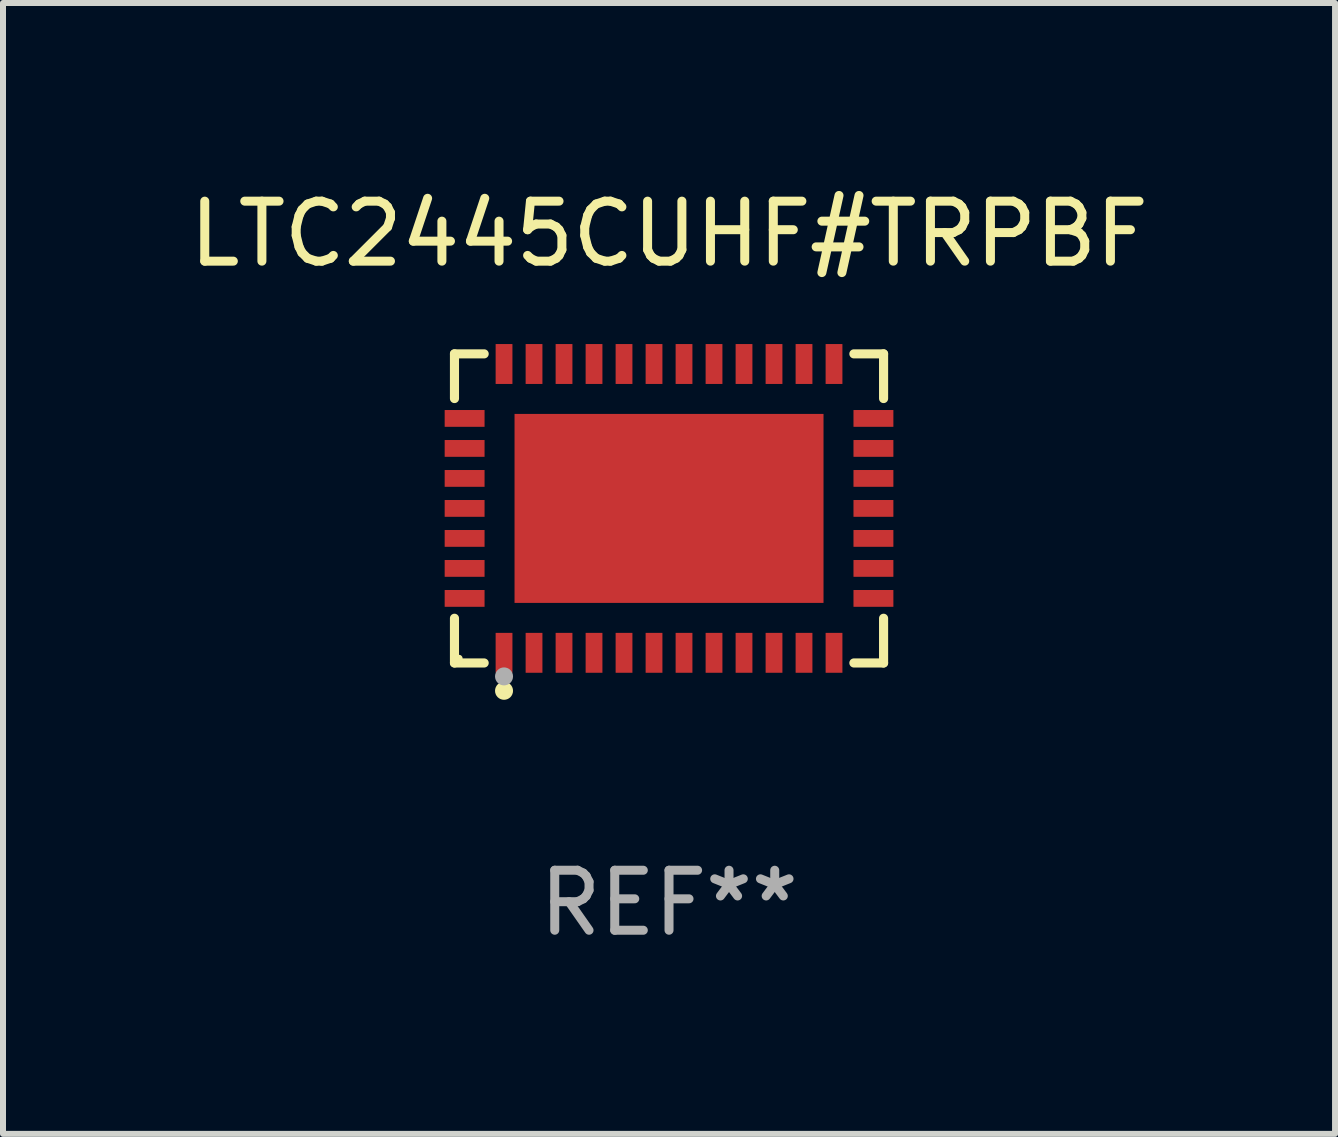
<source format=kicad_pcb>
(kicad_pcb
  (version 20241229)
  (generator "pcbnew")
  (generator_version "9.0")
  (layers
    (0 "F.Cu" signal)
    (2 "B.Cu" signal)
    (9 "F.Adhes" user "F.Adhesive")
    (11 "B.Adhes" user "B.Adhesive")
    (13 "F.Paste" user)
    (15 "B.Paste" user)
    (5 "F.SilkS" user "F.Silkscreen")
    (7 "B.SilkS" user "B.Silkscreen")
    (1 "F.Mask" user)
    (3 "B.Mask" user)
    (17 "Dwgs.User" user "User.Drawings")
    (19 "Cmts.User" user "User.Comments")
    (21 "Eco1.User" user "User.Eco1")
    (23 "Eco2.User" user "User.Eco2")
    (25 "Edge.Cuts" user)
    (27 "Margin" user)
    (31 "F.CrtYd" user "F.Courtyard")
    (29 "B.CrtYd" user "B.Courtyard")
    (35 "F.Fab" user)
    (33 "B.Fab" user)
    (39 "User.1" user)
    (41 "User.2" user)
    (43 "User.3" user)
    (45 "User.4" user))
  (footprint "LTC2445CUHF#TRPBF"
    (layer "F.Cu")
    (at 8.101 5.424)
    (property "Reference" "LTC2445CUHF#TRPBF" (at 0 -4.576 0) (layer "F.SilkS") (effects (font (size 1 1) (thickness 0.15))))
    (attr through_hole)
    (fp_line (start -3.576 -2.576) (end -3.081 -2.576) (stroke (width 0.152) (type solid)) (layer "F.SilkS"))
    (fp_line (start -3.576 -1.831) (end -3.576 -2.576) (stroke (width 0.152) (type solid)) (layer "F.SilkS"))
    (fp_line (start -3.576 1.831) (end -3.576 2.576) (stroke (width 0.152) (type solid)) (layer "F.SilkS"))
    (fp_line (start -3.576 2.576) (end -3.081 2.576) (stroke (width 0.152) (type solid)) (layer "F.SilkS"))
    (fp_line (start 3.576 -2.576) (end 3.081 -2.576) (stroke (width 0.152) (type solid)) (layer "F.SilkS"))
    (fp_line (start 3.576 -1.831) (end 3.576 -2.576) (stroke (width 0.152) (type solid)) (layer "F.SilkS"))
    (fp_line (start 3.576 1.831) (end 3.576 2.576) (stroke (width 0.152) (type solid)) (layer "F.SilkS"))
    (fp_line (start 3.576 2.576) (end 3.081 2.576) (stroke (width 0.152) (type solid)) (layer "F.SilkS"))
    (fp_circle (center -3.5 2.5) (end -3.47 2.5) (stroke (width 0.06) (type solid)) (fill no) (layer "F.SilkS"))
    (fp_circle (center -2.75 3.04) (end -2.675 3.04) (stroke (width 0.15) (type solid)) (fill no) (layer "F.SilkS"))
    (fp_circle (center -2.75 2.8) (end -2.675 2.8) (stroke (width 0.15) (type solid)) (fill no) (layer "F.Fab"))
    (fp_text user "REF**" (at 0 6.576 0) (layer "F.Fab") (effects (font (size 1 1) (thickness 0.15))))
    (pad "1" smd rect (at -2.75 2.407) (size 0.28 0.665) (layers "F.Cu" "F.Mask" "F.Paste"))
    (pad "2" smd rect (at -2.25 2.407) (size 0.28 0.665) (layers "F.Cu" "F.Mask" "F.Paste"))
    (pad "3" smd rect (at -1.75 2.407) (size 0.28 0.665) (layers "F.Cu" "F.Mask" "F.Paste"))
    (pad "4" smd rect (at -1.25 2.407) (size 0.28 0.665) (layers "F.Cu" "F.Mask" "F.Paste"))
    (pad "5" smd rect (at -0.75 2.407) (size 0.28 0.665) (layers "F.Cu" "F.Mask" "F.Paste"))
    (pad "6" smd rect (at -0.25 2.407) (size 0.28 0.665) (layers "F.Cu" "F.Mask" "F.Paste"))
    (pad "7" smd rect (at 0.25 2.407) (size 0.28 0.665) (layers "F.Cu" "F.Mask" "F.Paste"))
    (pad "8" smd rect (at 0.75 2.407) (size 0.28 0.665) (layers "F.Cu" "F.Mask" "F.Paste"))
    (pad "9" smd rect (at 1.25 2.407) (size 0.28 0.665) (layers "F.Cu" "F.Mask" "F.Paste"))
    (pad "10" smd rect (at 1.75 2.407) (size 0.28 0.665) (layers "F.Cu" "F.Mask" "F.Paste"))
    (pad "11" smd rect (at 2.25 2.407) (size 0.28 0.665) (layers "F.Cu" "F.Mask" "F.Paste"))
    (pad "12" smd rect (at 2.75 2.407) (size 0.28 0.665) (layers "F.Cu" "F.Mask" "F.Paste"))
    (pad "13" smd rect (at 3.407 1.5) (size 0.665 0.28) (layers "F.Cu" "F.Mask" "F.Paste"))
    (pad "14" smd rect (at 3.407 1) (size 0.665 0.28) (layers "F.Cu" "F.Mask" "F.Paste"))
    (pad "15" smd rect (at 3.407 0.5) (size 0.665 0.28) (layers "F.Cu" "F.Mask" "F.Paste"))
    (pad "16" smd rect (at 3.407 0) (size 0.665 0.28) (layers "F.Cu" "F.Mask" "F.Paste"))
    (pad "17" smd rect (at 3.407 -0.5) (size 0.665 0.28) (layers "F.Cu" "F.Mask" "F.Paste"))
    (pad "18" smd rect (at 3.407 -1) (size 0.665 0.28) (layers "F.Cu" "F.Mask" "F.Paste"))
    (pad "19" smd rect (at 3.407 -1.5) (size 0.665 0.28) (layers "F.Cu" "F.Mask" "F.Paste"))
    (pad "20" smd rect (at 2.75 -2.407) (size 0.28 0.665) (layers "F.Cu" "F.Mask" "F.Paste"))
    (pad "21" smd rect (at 2.25 -2.407) (size 0.28 0.665) (layers "F.Cu" "F.Mask" "F.Paste"))
    (pad "22" smd rect (at 1.75 -2.407) (size 0.28 0.665) (layers "F.Cu" "F.Mask" "F.Paste"))
    (pad "23" smd rect (at 1.25 -2.407) (size 0.28 0.665) (layers "F.Cu" "F.Mask" "F.Paste"))
    (pad "24" smd rect (at 0.75 -2.407) (size 0.28 0.665) (layers "F.Cu" "F.Mask" "F.Paste"))
    (pad "25" smd rect (at 0.25 -2.407) (size 0.28 0.665) (layers "F.Cu" "F.Mask" "F.Paste"))
    (pad "26" smd rect (at -0.25 -2.407) (size 0.28 0.665) (layers "F.Cu" "F.Mask" "F.Paste"))
    (pad "27" smd rect (at -0.75 -2.407) (size 0.28 0.665) (layers "F.Cu" "F.Mask" "F.Paste"))
    (pad "28" smd rect (at -1.25 -2.407) (size 0.28 0.665) (layers "F.Cu" "F.Mask" "F.Paste"))
    (pad "29" smd rect (at -1.75 -2.407) (size 0.28 0.665) (layers "F.Cu" "F.Mask" "F.Paste"))
    (pad "30" smd rect (at -2.25 -2.407) (size 0.28 0.665) (layers "F.Cu" "F.Mask" "F.Paste"))
    (pad "31" smd rect (at -2.75 -2.407) (size 0.28 0.665) (layers "F.Cu" "F.Mask" "F.Paste"))
    (pad "32" smd rect (at -3.407 -1.5) (size 0.665 0.28) (layers "F.Cu" "F.Mask" "F.Paste"))
    (pad "33" smd rect (at -3.407 -1) (size 0.665 0.28) (layers "F.Cu" "F.Mask" "F.Paste"))
    (pad "34" smd rect (at -3.407 -0.5) (size 0.665 0.28) (layers "F.Cu" "F.Mask" "F.Paste"))
    (pad "35" smd rect (at -3.407 0) (size 0.665 0.28) (layers "F.Cu" "F.Mask" "F.Paste"))
    (pad "36" smd rect (at -3.407 0.5) (size 0.665 0.28) (layers "F.Cu" "F.Mask" "F.Paste"))
    (pad "37" smd rect (at -3.407 1) (size 0.665 0.28) (layers "F.Cu" "F.Mask" "F.Paste"))
    (pad "38" smd rect (at -3.407 1.5) (size 0.665 0.28) (layers "F.Cu" "F.Mask" "F.Paste"))
    (pad "39" smd rect (at 0 0) (size 5.15 3.15) (layers "F.Cu" "F.Mask" "F.Paste")))
  (gr_rect
    (start -3 -3)
    (end 19.202 15.849)
    (stroke (width 0.1) (type default))
    (fill no)
    (layer "Edge.Cuts")))
</source>
